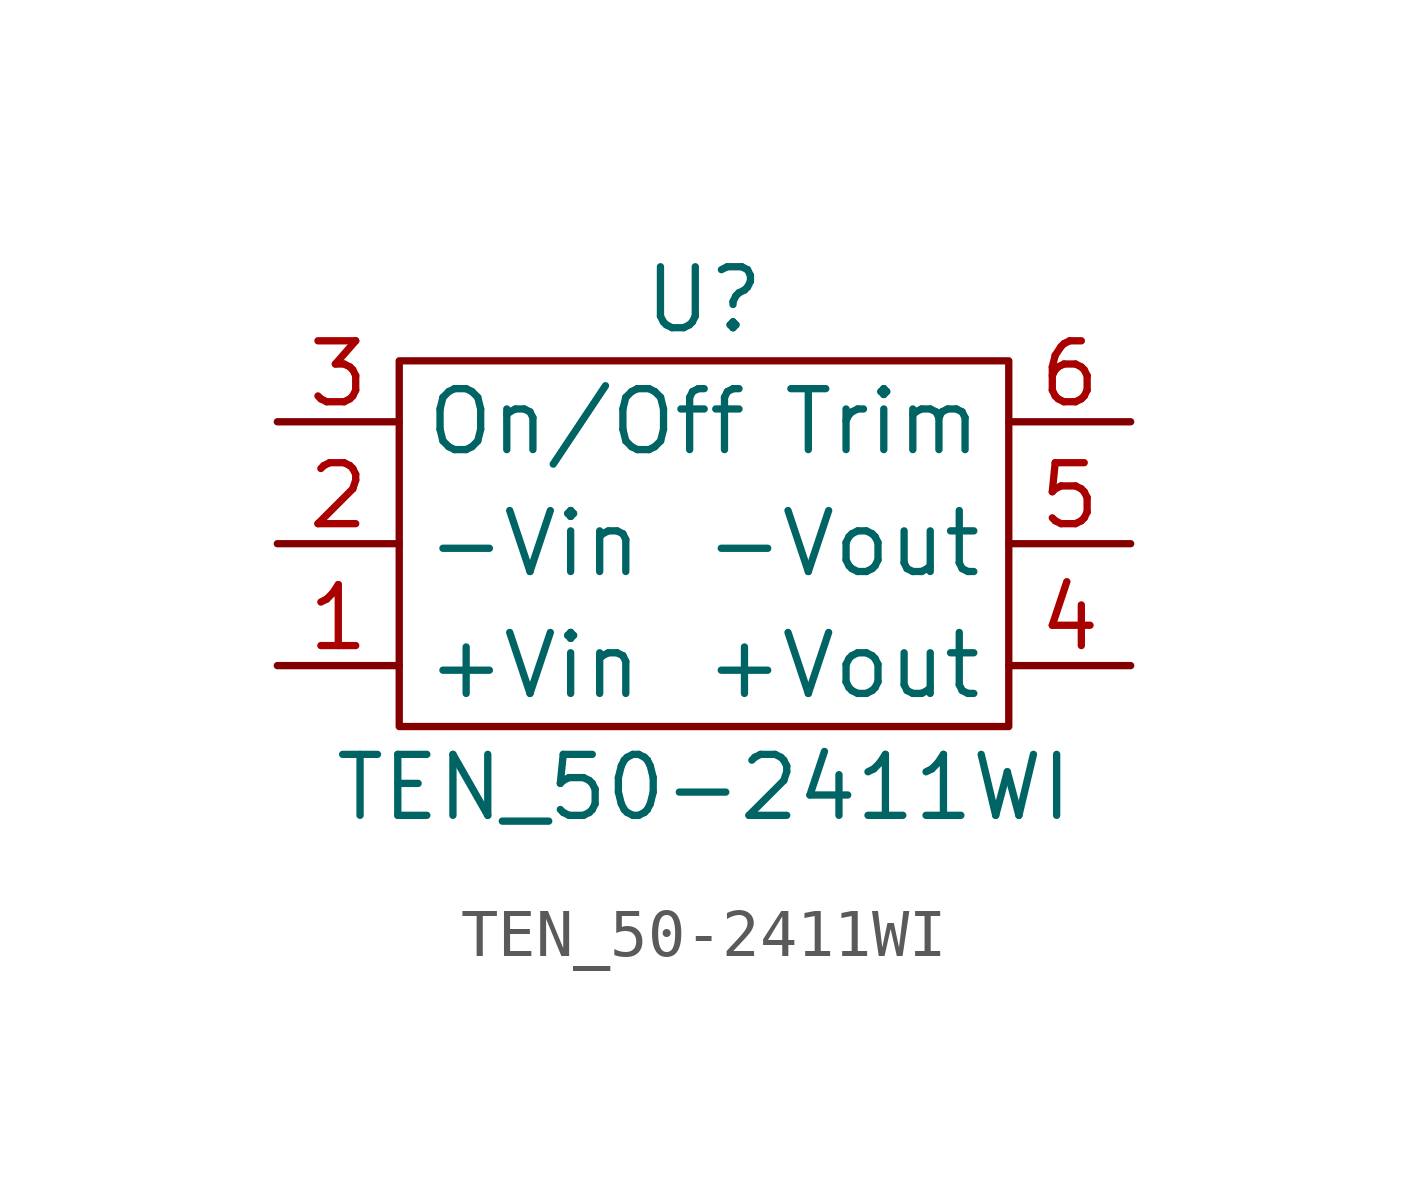
<source format=kicad_sym>
(kicad_symbol_lib
  (version 20220914)
  (generator kicad_symbol_editor)
  (symbol "TEN_50-2411WI"
    (property "Reference" "U"
      (at 0 5.08 0)
      (effects (font (size 1.27 1.27))))
    (property "Value" "TEN_50-2411WI"
      (at 0 -5.08 0)
      (effects (font (size 1.27 1.27))))
    (symbol "TEN_50-2411WI_0_1"
      (rectangle (start -6.35 3.81) (end 6.35 -3.81) (stroke (width 0) (type default)) (fill (type none))))
    (symbol "TEN_50-2411WI_1_1"
      (pin free line (at -8.89 -2.54 0) (length 2.54) (name "+Vin" (effects (font (size 1.27 1.27)))) (number "1" (effects (font (size 1.27 1.27)))))
      (pin free line (at -8.89 0 0) (length 2.54) (name "-Vin" (effects (font (size 1.27 1.27)))) (number "2" (effects (font (size 1.27 1.27)))))
      (pin free line (at -8.89 2.54 0) (length 2.54) (name "On/Off" (effects (font (size 1.27 1.27)))) (number "3" (effects (font (size 1.27 1.27)))))
      (pin free line (at 8.89 -2.54 180) (length 2.54) (name "+Vout" (effects (font (size 1.27 1.27)))) (number "4" (effects (font (size 1.27 1.27)))))
      (pin free line (at 8.89 0 180) (length 2.54) (name "-Vout" (effects (font (size 1.27 1.27)))) (number "5" (effects (font (size 1.27 1.27)))))
      (pin free line (at 8.89 2.54 180) (length 2.54) (name "Trim" (effects (font (size 1.27 1.27)))) (number "6" (effects (font (size 1.27 1.27))))))))
</source>
